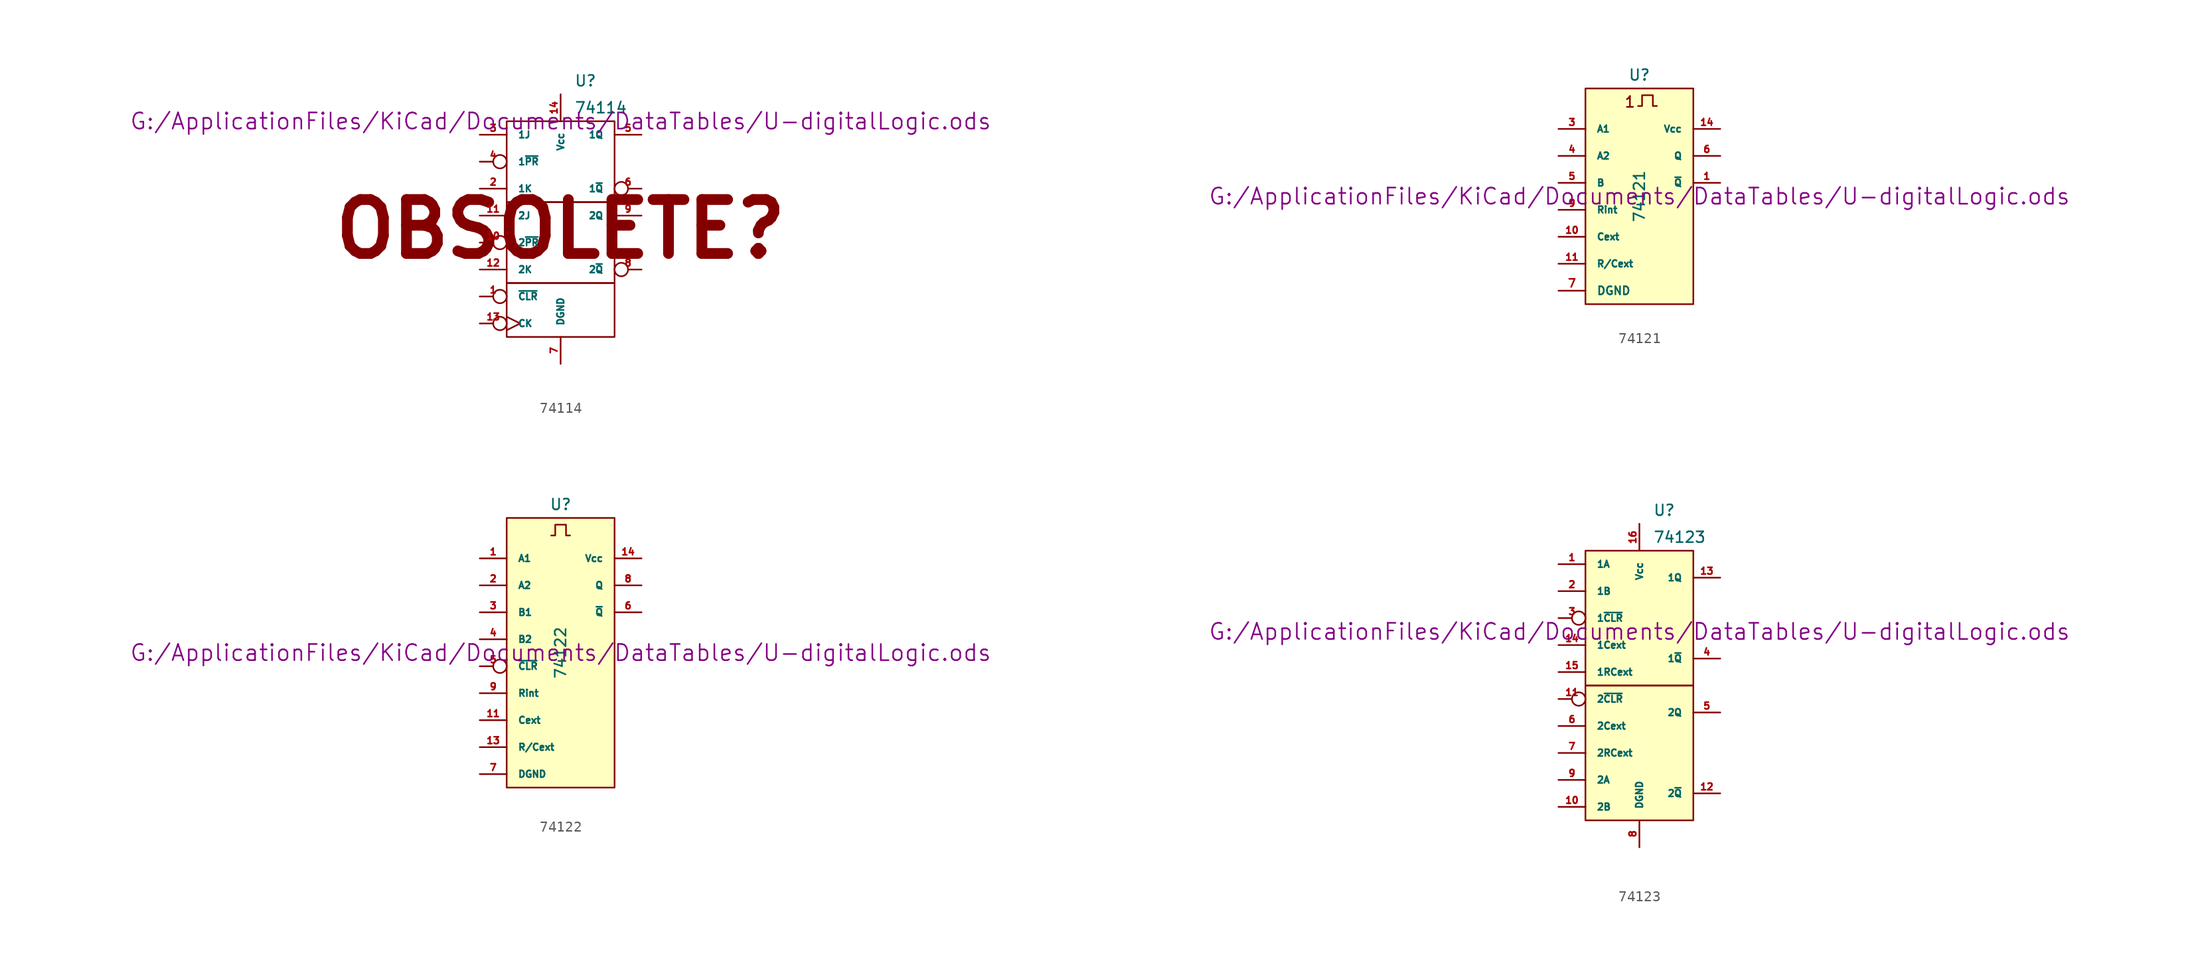
<source format=kicad_sym>
(kicad_symbol_lib
  (version 20211014)
  (generator kicad_symbol_editor)
  (symbol "74114"
    (pin_names
      (offset 1.016))
    (property "Reference" "U"
      (at 1.27 13.97 0)
      (effects (font (size 1.016 1.016)) (justify left)))
    (property "Value" "74114"
      (at 1.27 11.43 0)
      (effects (font (size 1.016 1.016)) (justify left)))
    (property "Footprint" ""
      (at 0 10.16 0)
      (effects (font (size 1.524 1.524))))
    (property "Datasheet" "G:/ApplicationFiles/KiCad/Documents/DataTables/U-digitalLogic.ods"
      (at 0 10.16 0)
      (effects (font (size 1.524 1.524))))
    (symbol "74114_0_0"
      (text "OBSOLETE?" (at 0 0 0) (effects (font (size 5.08 5.08) bold))))
    (symbol "74114_0_1"
      (rectangle (start -5.08 -5.08) (end 5.08 -10.16) (stroke (width 0) (type default) (color 0 0 0 0)) (fill (type none)))
      (rectangle (start -5.08 2.54) (end 5.08 -5.08) (stroke (width 0) (type default) (color 0 0 0 0)) (fill (type none)))
      (rectangle (start -5.08 10.16) (end 5.08 2.54) (stroke (width 0) (type default) (color 0 0 0 0)) (fill (type none))))
    (symbol "74114_1_1"
      (pin input inverted (at -7.62 -6.35 0) (length 2.54) (name "~{CLR}" (effects (font (size 0.635 0.635)))) (number "1" (effects (font (size 0.635 0.635)))))
      (pin input inverted (at -7.62 -1.27 0) (length 2.54) (name "2~{PR}" (effects (font (size 0.635 0.635)))) (number "10" (effects (font (size 0.635 0.635)))))
      (pin input line (at -7.62 1.27 0) (length 2.54) (name "2J" (effects (font (size 0.635 0.635)))) (number "11" (effects (font (size 0.635 0.635)))))
      (pin input line (at -7.62 -3.81 0) (length 2.54) (name "2K" (effects (font (size 0.635 0.635)))) (number "12" (effects (font (size 0.635 0.635)))))
      (pin input inverted_clock (at -7.62 -8.89 0) (length 2.54) (name "CK" (effects (font (size 0.635 0.635)))) (number "13" (effects (font (size 0.635 0.635)))))
      (pin power_in line (at 0 12.7 270) (length 2.54) (name "Vcc" (effects (font (size 0.635 0.635)))) (number "14" (effects (font (size 0.635 0.635)))))
      (pin input line (at -7.62 3.81 0) (length 2.54) (name "1K" (effects (font (size 0.635 0.635)))) (number "2" (effects (font (size 0.635 0.635)))))
      (pin input line (at -7.62 8.89 0) (length 2.54) (name "1J" (effects (font (size 0.635 0.635)))) (number "3" (effects (font (size 0.635 0.635)))))
      (pin input inverted (at -7.62 6.35 0) (length 2.54) (name "1~{PR}" (effects (font (size 0.635 0.635)))) (number "4" (effects (font (size 0.635 0.635)))))
      (pin output line (at 7.62 8.89 180) (length 2.54) (name "1Q" (effects (font (size 0.635 0.635)))) (number "5" (effects (font (size 0.635 0.635)))))
      (pin output inverted (at 7.62 3.81 180) (length 2.54) (name "1~{Q}" (effects (font (size 0.635 0.635)))) (number "6" (effects (font (size 0.635 0.635)))))
      (pin power_in line (at 0 -12.7 90) (length 2.54) (name "DGND" (effects (font (size 0.635 0.635)))) (number "7" (effects (font (size 0.635 0.635)))))
      (pin output inverted (at 7.62 -3.81 180) (length 2.54) (name "2~{Q}" (effects (font (size 0.635 0.635)))) (number "8" (effects (font (size 0.635 0.635)))))
      (pin output line (at 7.62 1.27 180) (length 2.54) (name "2Q" (effects (font (size 0.635 0.635)))) (number "9" (effects (font (size 0.635 0.635)))))))
  (symbol "74121"
    (pin_names
      (offset 1.016))
    (property "Reference" "U"
      (at 0 11.43 0)
      (effects (font (size 1.016 1.016))))
    (property "Value" "74121"
      (at 0 0 90)
      (effects (font (size 1.016 1.016))))
    (property "Footprint" ""
      (at 0 0 0)
      (effects (font (size 1.524 1.524))))
    (property "Datasheet" "G:/ApplicationFiles/KiCad/Documents/DataTables/U-digitalLogic.ods"
      (at 0 0 0)
      (effects (font (size 1.524 1.524))))
    (symbol "74121_0_0"
      (polyline (pts (xy -0.127 8.509) (xy 0.254 8.509) (xy 0.254 9.525) (xy 1.27 9.525) (xy 1.27 8.509) (xy 1.651 8.509)) (stroke (width 0) (type default) (color 0 0 0 0)) (fill (type none)))
      (text "1" (at -0.889 8.89 0) (effects (font (size 1.016 1.016)))))
    (symbol "74121_0_1"
      (rectangle (start -5.08 10.16) (end 5.08 -10.16) (stroke (width 0) (type default) (color 0 0 0 0)) (fill (type background)))
      (pin power_in line (at -7.62 -8.89 0) (length 2.54) (name "DGND" (effects (font (size 0.762 0.762)))) (number "7" (effects (font (size 0.762 0.762))))))
    (symbol "74121_1_1"
      (pin output line (at 7.62 1.27 180) (length 2.54) (name "~{Q}" (effects (font (size 0.635 0.635)))) (number "1" (effects (font (size 0.635 0.635)))))
      (pin input line (at -7.62 -3.81 0) (length 2.54) (name "Cext" (effects (font (size 0.635 0.635)))) (number "10" (effects (font (size 0.635 0.635)))))
      (pin input line (at -7.62 -6.35 0) (length 2.54) (name "R/Cext" (effects (font (size 0.635 0.635)))) (number "11" (effects (font (size 0.635 0.635)))))
      (pin power_in line (at 7.62 6.35 180) (length 2.54) (name "Vcc" (effects (font (size 0.635 0.635)))) (number "14" (effects (font (size 0.635 0.635)))))
      (pin input line (at -7.62 6.35 0) (length 2.54) (name "A1" (effects (font (size 0.635 0.635)))) (number "3" (effects (font (size 0.635 0.635)))))
      (pin input line (at -7.62 3.81 0) (length 2.54) (name "A2" (effects (font (size 0.635 0.635)))) (number "4" (effects (font (size 0.635 0.635)))))
      (pin input line (at -7.62 1.27 0) (length 2.54) (name "B" (effects (font (size 0.635 0.635)))) (number "5" (effects (font (size 0.635 0.635)))))
      (pin output line (at 7.62 3.81 180) (length 2.54) (name "Q" (effects (font (size 0.635 0.635)))) (number "6" (effects (font (size 0.635 0.635)))))
      (pin input line (at -7.62 -1.27 0) (length 2.54) (name "Rint" (effects (font (size 0.635 0.635)))) (number "9" (effects (font (size 0.635 0.635)))))))
  (symbol "74122"
    (pin_names
      (offset 1.016))
    (property "Reference" "U"
      (at 0 13.97 0)
      (effects (font (size 1.016 1.016))))
    (property "Value" "74122"
      (at 0 0 90)
      (effects (font (size 1.016 1.016))))
    (property "Footprint" ""
      (at 0 0 0)
      (effects (font (size 1.524 1.524))))
    (property "Datasheet" "G:/ApplicationFiles/KiCad/Documents/DataTables/U-digitalLogic.ods"
      (at 0 0 0)
      (effects (font (size 1.524 1.524))))
    (symbol "74122_0_0"
      (polyline (pts (xy -0.889 11.049) (xy -0.508 11.049) (xy -0.508 12.065) (xy 0.508 12.065) (xy 0.508 11.049) (xy 0.889 11.049)) (stroke (width 0) (type default) (color 0 0 0 0)) (fill (type none))))
    (symbol "74122_0_1"
      (rectangle (start -5.08 12.7) (end 5.08 -12.7) (stroke (width 0) (type default) (color 0 0 0 0)) (fill (type background))))
    (symbol "74122_1_1"
      (pin input line (at -7.62 8.89 0) (length 2.54) (name "A1" (effects (font (size 0.635 0.635)))) (number "1" (effects (font (size 0.635 0.635)))))
      (pin input line (at -7.62 -6.35 0) (length 2.54) (name "Cext" (effects (font (size 0.635 0.635)))) (number "11" (effects (font (size 0.635 0.635)))))
      (pin input line (at -7.62 -8.89 0) (length 2.54) (name "R/Cext" (effects (font (size 0.635 0.635)))) (number "13" (effects (font (size 0.635 0.635)))))
      (pin power_in line (at 7.62 8.89 180) (length 2.54) (name "Vcc" (effects (font (size 0.635 0.635)))) (number "14" (effects (font (size 0.635 0.635)))))
      (pin input line (at -7.62 6.35 0) (length 2.54) (name "A2" (effects (font (size 0.635 0.635)))) (number "2" (effects (font (size 0.635 0.635)))))
      (pin input line (at -7.62 3.81 0) (length 2.54) (name "B1" (effects (font (size 0.635 0.635)))) (number "3" (effects (font (size 0.635 0.635)))))
      (pin input line (at -7.62 1.27 0) (length 2.54) (name "B2" (effects (font (size 0.635 0.635)))) (number "4" (effects (font (size 0.635 0.635)))))
      (pin input inverted (at -7.62 -1.27 0) (length 2.54) (name "~{CLR}" (effects (font (size 0.635 0.635)))) (number "5" (effects (font (size 0.635 0.635)))))
      (pin output line (at 7.62 3.81 180) (length 2.54) (name "~{Q}" (effects (font (size 0.635 0.635)))) (number "6" (effects (font (size 0.635 0.635)))))
      (pin power_in line (at -7.62 -11.43 0) (length 2.54) (name "DGND" (effects (font (size 0.635 0.635)))) (number "7" (effects (font (size 0.635 0.635)))))
      (pin output line (at 7.62 6.35 180) (length 2.54) (name "Q" (effects (font (size 0.635 0.635)))) (number "8" (effects (font (size 0.635 0.635)))))
      (pin input line (at -7.62 -3.81 0) (length 2.54) (name "Rint" (effects (font (size 0.635 0.635)))) (number "9" (effects (font (size 0.635 0.635)))))))
  (symbol "74123"
    (pin_names
      (offset 1.016))
    (property "Reference" "U"
      (at 1.27 16.51 0)
      (effects (font (size 1.016 1.016)) (justify left)))
    (property "Value" "74123"
      (at 1.27 13.97 0)
      (effects (font (size 1.016 1.016)) (justify left)))
    (property "Footprint" ""
      (at 0 5.08 0)
      (effects (font (size 1.524 1.524))))
    (property "Datasheet" "G:/ApplicationFiles/KiCad/Documents/DataTables/U-digitalLogic.ods"
      (at 0 5.08 0)
      (effects (font (size 1.524 1.524))))
    (symbol "74123_0_1"
      (rectangle (start -5.08 0) (end 5.08 -12.7) (stroke (width 0) (type default) (color 0 0 0 0)) (fill (type background)))
      (rectangle (start -5.08 12.7) (end 5.08 0) (stroke (width 0) (type default) (color 0 0 0 0)) (fill (type background))))
    (symbol "74123_1_1"
      (pin input line (at -7.62 11.43 0) (length 2.54) (name "1A" (effects (font (size 0.635 0.635)))) (number "1" (effects (font (size 0.635 0.635)))))
      (pin input line (at -7.62 -11.43 0) (length 2.54) (name "2B" (effects (font (size 0.635 0.635)))) (number "10" (effects (font (size 0.635 0.635)))))
      (pin input inverted (at -7.62 -1.27 0) (length 2.54) (name "2~{CLR}" (effects (font (size 0.635 0.635)))) (number "11" (effects (font (size 0.635 0.635)))))
      (pin output line (at 7.62 -10.16 180) (length 2.54) (name "2~{Q}" (effects (font (size 0.635 0.635)))) (number "12" (effects (font (size 0.635 0.635)))))
      (pin output line (at 7.62 10.16 180) (length 2.54) (name "1Q" (effects (font (size 0.635 0.635)))) (number "13" (effects (font (size 0.635 0.635)))))
      (pin input line (at -7.62 3.81 0) (length 2.54) (name "1Cext" (effects (font (size 0.635 0.635)))) (number "14" (effects (font (size 0.635 0.635)))))
      (pin input line (at -7.62 1.27 0) (length 2.54) (name "1RCext" (effects (font (size 0.635 0.635)))) (number "15" (effects (font (size 0.635 0.635)))))
      (pin power_in line (at 0 15.24 270) (length 2.54) (name "Vcc" (effects (font (size 0.635 0.635)))) (number "16" (effects (font (size 0.635 0.635)))))
      (pin input line (at -7.62 8.89 0) (length 2.54) (name "1B" (effects (font (size 0.635 0.635)))) (number "2" (effects (font (size 0.635 0.635)))))
      (pin input inverted (at -7.62 6.35 0) (length 2.54) (name "1~{CLR}" (effects (font (size 0.635 0.635)))) (number "3" (effects (font (size 0.635 0.635)))))
      (pin output line (at 7.62 2.54 180) (length 2.54) (name "1~{Q}" (effects (font (size 0.635 0.635)))) (number "4" (effects (font (size 0.635 0.635)))))
      (pin output line (at 7.62 -2.54 180) (length 2.54) (name "2Q" (effects (font (size 0.635 0.635)))) (number "5" (effects (font (size 0.635 0.635)))))
      (pin input line (at -7.62 -3.81 0) (length 2.54) (name "2Cext" (effects (font (size 0.635 0.635)))) (number "6" (effects (font (size 0.635 0.635)))))
      (pin input line (at -7.62 -6.35 0) (length 2.54) (name "2RCext" (effects (font (size 0.635 0.635)))) (number "7" (effects (font (size 0.635 0.635)))))
      (pin power_in line (at 0 -15.24 90) (length 2.54) (name "DGND" (effects (font (size 0.635 0.635)))) (number "8" (effects (font (size 0.635 0.635)))))
      (pin input line (at -7.62 -8.89 0) (length 2.54) (name "2A" (effects (font (size 0.635 0.635)))) (number "9" (effects (font (size 0.635 0.635))))))))
</source>
